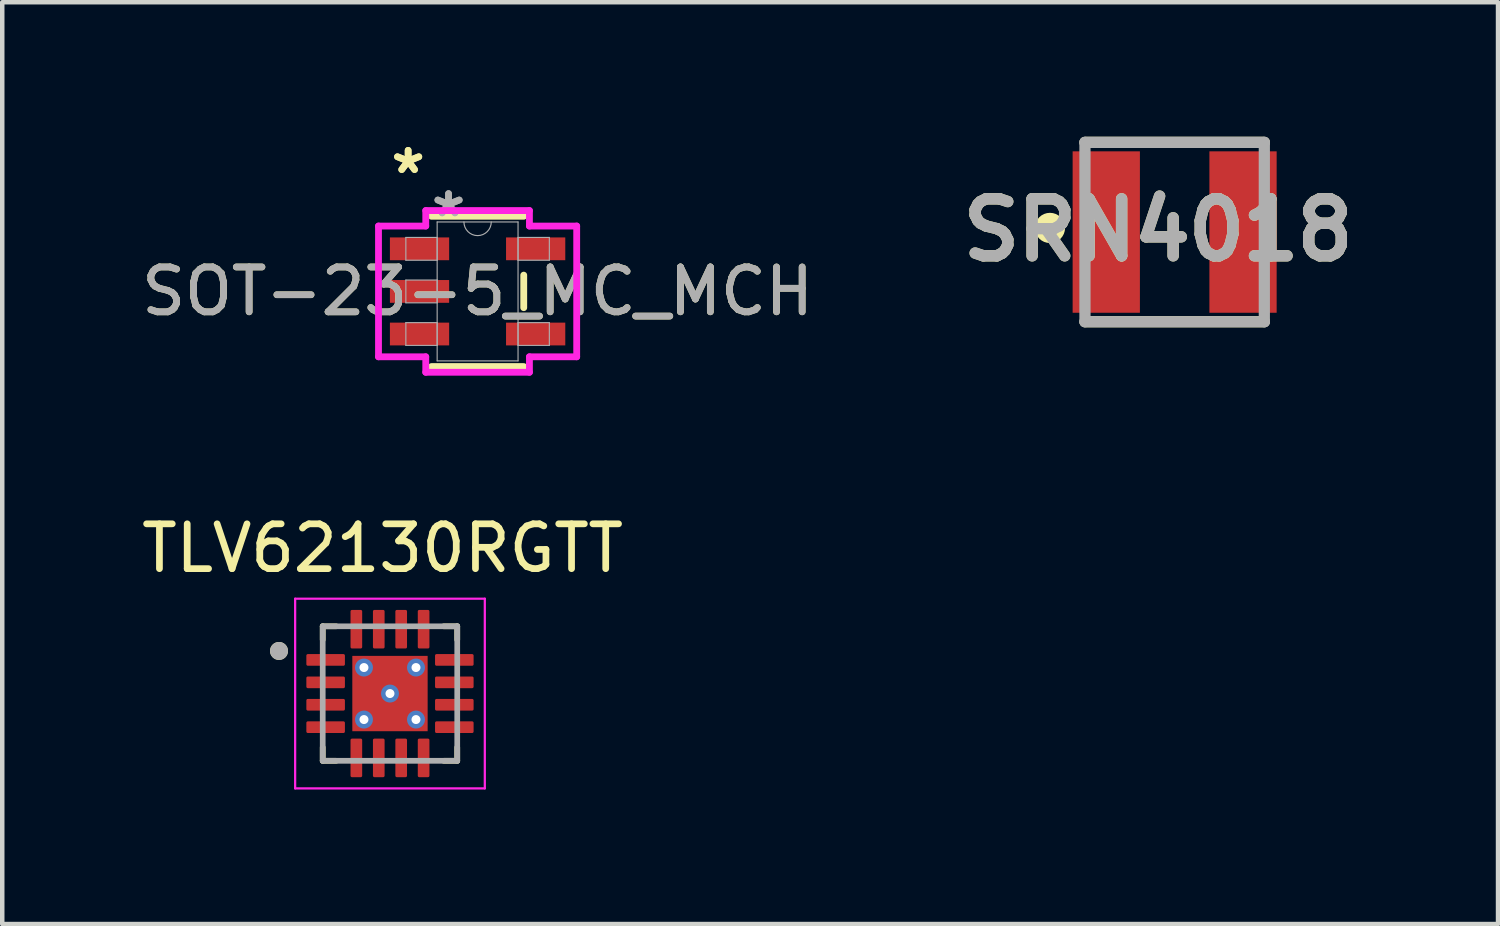
<source format=kicad_pcb>
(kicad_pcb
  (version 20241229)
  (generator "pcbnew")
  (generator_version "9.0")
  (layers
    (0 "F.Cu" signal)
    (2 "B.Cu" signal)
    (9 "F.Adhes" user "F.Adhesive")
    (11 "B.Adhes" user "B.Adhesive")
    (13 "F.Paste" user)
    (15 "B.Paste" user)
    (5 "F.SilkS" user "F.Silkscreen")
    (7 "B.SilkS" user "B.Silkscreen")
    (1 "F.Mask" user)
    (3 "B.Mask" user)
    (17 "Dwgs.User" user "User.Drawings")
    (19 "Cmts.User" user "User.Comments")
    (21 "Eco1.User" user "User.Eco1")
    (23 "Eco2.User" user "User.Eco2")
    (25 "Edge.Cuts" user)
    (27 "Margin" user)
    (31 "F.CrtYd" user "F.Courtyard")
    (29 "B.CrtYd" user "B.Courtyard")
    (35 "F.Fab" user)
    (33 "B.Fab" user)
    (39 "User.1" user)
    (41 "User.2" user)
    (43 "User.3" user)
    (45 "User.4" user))
  (footprint "TLV62130RGTT"
    (layer "F.Cu")
    (at 5.647 12.417)
    (property "Reference" "TLV62130RGTT" (at -0.165 -3.24 0) (layer "F.SilkS") (effects (font (size 1 1) (thickness 0.15))))
    (attr smd)
    (fp_line (start -1.5 -1.5) (end -1.5 -1.2) (stroke (width 0.127) (type solid)) (layer "F.SilkS"))
    (fp_line (start -1.5 -1.5) (end -1.2 -1.5) (stroke (width 0.127) (type solid)) (layer "F.SilkS"))
    (fp_line (start -1.5 1.5) (end -1.5 1.2) (stroke (width 0.127) (type solid)) (layer "F.SilkS"))
    (fp_line (start -1.5 1.5) (end -1.2 1.5) (stroke (width 0.127) (type solid)) (layer "F.SilkS"))
    (fp_line (start 1.5 -1.5) (end 1.2 -1.5) (stroke (width 0.127) (type solid)) (layer "F.SilkS"))
    (fp_line (start 1.5 -1.5) (end 1.5 -1.2) (stroke (width 0.127) (type solid)) (layer "F.SilkS"))
    (fp_line (start 1.5 1.5) (end 1.2 1.5) (stroke (width 0.127) (type solid)) (layer "F.SilkS"))
    (fp_line (start 1.5 1.5) (end 1.5 1.2) (stroke (width 0.127) (type solid)) (layer "F.SilkS"))
    (fp_circle (center -2.475 -0.95) (end -2.375 -0.95) (stroke (width 0.2) (type solid)) (fill no) (layer "F.SilkS"))
    (fp_poly (pts (xy -0.53 -0.53) (xy 0.53 -0.53) (xy 0.53 0.53) (xy -0.53 0.53)) (stroke (width 0.01) (type solid)) (fill yes) (layer "F.Paste"))
    (fp_line (start -2.115 -2.115) (end 2.115 -2.115) (stroke (width 0.05) (type solid)) (layer "F.CrtYd"))
    (fp_line (start -2.115 2.115) (end -2.115 -2.115) (stroke (width 0.05) (type solid)) (layer "F.CrtYd"))
    (fp_line (start -2.115 2.115) (end 2.115 2.115) (stroke (width 0.05) (type solid)) (layer "F.CrtYd"))
    (fp_line (start 2.115 2.115) (end 2.115 -2.115) (stroke (width 0.05) (type solid)) (layer "F.CrtYd"))
    (fp_line (start -1.5 1.5) (end -1.5 -1.5) (stroke (width 0.127) (type solid)) (layer "F.Fab"))
    (fp_line (start 1.5 -1.5) (end -1.5 -1.5) (stroke (width 0.127) (type solid)) (layer "F.Fab"))
    (fp_line (start 1.5 1.5) (end -1.5 1.5) (stroke (width 0.127) (type solid)) (layer "F.Fab"))
    (fp_line (start 1.5 1.5) (end 1.5 -1.5) (stroke (width 0.127) (type solid)) (layer "F.Fab"))
    (fp_circle (center -2.475 -0.95) (end -2.375 -0.95) (stroke (width 0.2) (type solid)) (fill no) (layer "F.Fab"))
    (pad "1" smd roundrect (at -1.435 -0.75) (size 0.86 0.26) (layers "F.Cu" "F.Mask" "F.Paste") (roundrect_rratio 0.125))
    (pad "2" smd roundrect (at -1.435 -0.25) (size 0.86 0.26) (layers "F.Cu" "F.Mask" "F.Paste") (roundrect_rratio 0.125))
    (pad "3" smd roundrect (at -1.435 0.25) (size 0.86 0.26) (layers "F.Cu" "F.Mask" "F.Paste") (roundrect_rratio 0.125))
    (pad "4" smd roundrect (at -1.435 0.75) (size 0.86 0.26) (layers "F.Cu" "F.Mask" "F.Paste") (roundrect_rratio 0.125))
    (pad "5" smd roundrect (at -0.75 1.435) (size 0.26 0.86) (layers "F.Cu" "F.Mask" "F.Paste") (roundrect_rratio 0.125))
    (pad "6" smd roundrect (at -0.25 1.435) (size 0.26 0.86) (layers "F.Cu" "F.Mask" "F.Paste") (roundrect_rratio 0.125))
    (pad "7" smd roundrect (at 0.25 1.435) (size 0.26 0.86) (layers "F.Cu" "F.Mask" "F.Paste") (roundrect_rratio 0.125))
    (pad "8" smd roundrect (at 0.75 1.435) (size 0.26 0.86) (layers "F.Cu" "F.Mask" "F.Paste") (roundrect_rratio 0.125))
    (pad "9" smd roundrect (at 1.435 0.75) (size 0.86 0.26) (layers "F.Cu" "F.Mask" "F.Paste") (roundrect_rratio 0.125))
    (pad "10" smd roundrect (at 1.435 0.25) (size 0.86 0.26) (layers "F.Cu" "F.Mask" "F.Paste") (roundrect_rratio 0.125))
    (pad "11" smd roundrect (at 1.435 -0.25) (size 0.86 0.26) (layers "F.Cu" "F.Mask" "F.Paste") (roundrect_rratio 0.125))
    (pad "12" smd roundrect (at 1.435 -0.75) (size 0.86 0.26) (layers "F.Cu" "F.Mask" "F.Paste") (roundrect_rratio 0.125))
    (pad "13" smd roundrect (at 0.75 -1.435) (size 0.26 0.86) (layers "F.Cu" "F.Mask" "F.Paste") (roundrect_rratio 0.125))
    (pad "14" smd roundrect (at 0.25 -1.435) (size 0.26 0.86) (layers "F.Cu" "F.Mask" "F.Paste") (roundrect_rratio 0.125))
    (pad "15" smd roundrect (at -0.25 -1.435) (size 0.26 0.86) (layers "F.Cu" "F.Mask" "F.Paste") (roundrect_rratio 0.125))
    (pad "16" smd roundrect (at -0.75 -1.435) (size 0.26 0.86) (layers "F.Cu" "F.Mask" "F.Paste") (roundrect_rratio 0.125))
    (pad "17" smd rect (at 0 0) (size 1.68 1.68) (layers "F.Cu" "F.Mask"))
    (pad "18" thru_hole circle (at 0 0) (size 0.4 0.4) (drill 0.2) (layers "*.Cu"))
    (pad "19" thru_hole circle (at -0.58 -0.58) (size 0.4 0.4) (drill 0.2) (layers "*.Cu"))
    (pad "20" thru_hole circle (at 0.58 -0.58) (size 0.4 0.4) (drill 0.2) (layers "*.Cu"))
    (pad "21" thru_hole circle (at -0.58 0.58) (size 0.4 0.4) (drill 0.2) (layers "*.Cu"))
    (pad "22" thru_hole circle (at 0.58 0.58) (size 0.4 0.4) (drill 0.2) (layers "*.Cu")))
  (footprint "SOT-23-5_MC_MCH"
    (layer "F.Cu")
    (at 7.601 3.449)
    (property "Reference" "SOT-23-5_MC_MCH" (at 0 0 0) (unlocked yes) (layer "F.SilkS") (effects (font (size 1 1) (thickness 0.15))))
    (attr smd)
    (fp_line (start -1.029 1.676) (end 1.029 1.676) (stroke (width 0.152) (type solid)) (layer "F.SilkS"))
    (fp_line (start 1.029 -1.676) (end -1.029 -1.676) (stroke (width 0.152) (type solid)) (layer "F.SilkS"))
    (fp_line (start 1.029 0.363) (end 1.029 -0.363) (stroke (width 0.152) (type solid)) (layer "F.SilkS"))
    (fp_line (start -2.21 -1.458) (end -1.156 -1.458) (stroke (width 0.152) (type solid)) (layer "F.CrtYd"))
    (fp_line (start -2.21 1.458) (end -2.21 -1.458) (stroke (width 0.152) (type solid)) (layer "F.CrtYd"))
    (fp_line (start -1.156 -1.803) (end 1.156 -1.803) (stroke (width 0.152) (type solid)) (layer "F.CrtYd"))
    (fp_line (start -1.156 -1.458) (end -1.156 -1.803) (stroke (width 0.152) (type solid)) (layer "F.CrtYd"))
    (fp_line (start -1.156 1.458) (end -2.21 1.458) (stroke (width 0.152) (type solid)) (layer "F.CrtYd"))
    (fp_line (start -1.156 1.803) (end -1.156 1.458) (stroke (width 0.152) (type solid)) (layer "F.CrtYd"))
    (fp_line (start 1.156 -1.803) (end 1.156 -1.458) (stroke (width 0.152) (type solid)) (layer "F.CrtYd"))
    (fp_line (start 1.156 -1.458) (end 2.21 -1.458) (stroke (width 0.152) (type solid)) (layer "F.CrtYd"))
    (fp_line (start 1.156 1.458) (end 1.156 1.803) (stroke (width 0.152) (type solid)) (layer "F.CrtYd"))
    (fp_line (start 1.156 1.803) (end -1.156 1.803) (stroke (width 0.152) (type solid)) (layer "F.CrtYd"))
    (fp_line (start 2.21 -1.458) (end 2.21 1.458) (stroke (width 0.152) (type solid)) (layer "F.CrtYd"))
    (fp_line (start 2.21 1.458) (end 1.156 1.458) (stroke (width 0.152) (type solid)) (layer "F.CrtYd"))
    (fp_line (start -1.6 -1.204) (end -1.6 -0.696) (stroke (width 0.025) (type solid)) (layer "F.Fab"))
    (fp_line (start -1.6 -0.696) (end -0.902 -0.696) (stroke (width 0.025) (type solid)) (layer "F.Fab"))
    (fp_line (start -1.6 -0.254) (end -1.6 0.254) (stroke (width 0.025) (type solid)) (layer "F.Fab"))
    (fp_line (start -1.6 0.254) (end -0.902 0.254) (stroke (width 0.025) (type solid)) (layer "F.Fab"))
    (fp_line (start -1.6 0.696) (end -1.6 1.204) (stroke (width 0.025) (type solid)) (layer "F.Fab"))
    (fp_line (start -1.6 1.204) (end -0.902 1.204) (stroke (width 0.025) (type solid)) (layer "F.Fab"))
    (fp_line (start -0.902 -1.549) (end -0.902 1.549) (stroke (width 0.025) (type solid)) (layer "F.Fab"))
    (fp_line (start -0.902 -1.204) (end -1.6 -1.204) (stroke (width 0.025) (type solid)) (layer "F.Fab"))
    (fp_line (start -0.902 -0.696) (end -0.902 -1.204) (stroke (width 0.025) (type solid)) (layer "F.Fab"))
    (fp_line (start -0.902 -0.254) (end -1.6 -0.254) (stroke (width 0.025) (type solid)) (layer "F.Fab"))
    (fp_line (start -0.902 0.254) (end -0.902 -0.254) (stroke (width 0.025) (type solid)) (layer "F.Fab"))
    (fp_line (start -0.902 0.696) (end -1.6 0.696) (stroke (width 0.025) (type solid)) (layer "F.Fab"))
    (fp_line (start -0.902 1.204) (end -0.902 0.696) (stroke (width 0.025) (type solid)) (layer "F.Fab"))
    (fp_line (start -0.902 1.549) (end 0.902 1.549) (stroke (width 0.025) (type solid)) (layer "F.Fab"))
    (fp_line (start 0.902 -1.549) (end -0.902 -1.549) (stroke (width 0.025) (type solid)) (layer "F.Fab"))
    (fp_line (start 0.902 -1.204) (end 0.902 -0.696) (stroke (width 0.025) (type solid)) (layer "F.Fab"))
    (fp_line (start 0.902 -0.696) (end 1.6 -0.696) (stroke (width 0.025) (type solid)) (layer "F.Fab"))
    (fp_line (start 0.902 0.696) (end 0.902 1.204) (stroke (width 0.025) (type solid)) (layer "F.Fab"))
    (fp_line (start 0.902 1.204) (end 1.6 1.204) (stroke (width 0.025) (type solid)) (layer "F.Fab"))
    (fp_line (start 0.902 1.549) (end 0.902 -1.549) (stroke (width 0.025) (type solid)) (layer "F.Fab"))
    (fp_line (start 1.6 -1.204) (end 0.902 -1.204) (stroke (width 0.025) (type solid)) (layer "F.Fab"))
    (fp_line (start 1.6 -0.696) (end 1.6 -1.204) (stroke (width 0.025) (type solid)) (layer "F.Fab"))
    (fp_line (start 1.6 0.696) (end 0.902 0.696) (stroke (width 0.025) (type solid)) (layer "F.Fab"))
    (fp_line (start 1.6 1.204) (end 1.6 0.696) (stroke (width 0.025) (type solid)) (layer "F.Fab"))
    (fp_arc (start 0.3048 -1.5494) (mid 0 -1.2446) (end -0.3048 -1.5494) (stroke (width 0.0254) (type solid)) (layer "F.Fab"))
    (fp_text user "*" (at -1.549 -2.601 0) (layer "F.SilkS") (effects (font (size 1 1) (thickness 0.15))))
    (fp_text user "*" (at -1.549 -2.601 0) (unlocked yes) (layer "F.SilkS") (effects (font (size 1 1) (thickness 0.15))))
    (fp_text user "*" (at -0.648 -1.636 0) (unlocked yes) (layer "F.Fab") (effects (font (size 1 1) (thickness 0.15))))
    (fp_text user "*" (at -0.648 -1.636 0) (layer "F.Fab") (effects (font (size 1 1) (thickness 0.15))))
    (fp_text user "${REFERENCE}" (at 0 0 0) (unlocked yes) (layer "F.Fab") (effects (font (size 1 1) (thickness 0.15))))
    (pad "1" smd rect (at -1.295 -0.95) (size 1.321 0.508) (layers "F.Cu" "F.Mask" "F.Paste"))
    (pad "2" smd rect (at -1.295 0) (size 1.321 0.508) (layers "F.Cu" "F.Mask" "F.Paste"))
    (pad "3" smd rect (at -1.295 0.95) (size 1.321 0.508) (layers "F.Cu" "F.Mask" "F.Paste"))
    (pad "4" smd rect (at 1.295 0.95) (size 1.321 0.508) (layers "F.Cu" "F.Mask" "F.Paste"))
    (pad "5" smd rect (at 1.295 -0.95) (size 1.321 0.508) (layers "F.Cu" "F.Mask" "F.Paste")))
  (footprint "SRN4018"
    (layer "F.Cu")
    (at 23.146 2.125)
    (property "Reference" "SRN4018" (at -0.366 -0.045 0) (layer "F.SilkS") (effects (font (size 1.27 1.27) (thickness 0.254))))
    (attr smd)
    (fp_line (start -2 -2) (end 2 -2) (stroke (width 0.25) (type solid)) (layer "F.SilkS"))
    (fp_line (start 2 2) (end -2 2) (stroke (width 0.25) (type solid)) (layer "F.SilkS"))
    (fp_circle (center -2.781 -0.092) (end -2.781 -0.005) (stroke (width 0.25) (type solid)) (fill no) (layer "F.SilkS"))
    (fp_line (start -2 -2) (end 2 -2) (stroke (width 0.25) (type solid)) (layer "F.Fab"))
    (fp_line (start -2 2) (end -2 -2) (stroke (width 0.25) (type solid)) (layer "F.Fab"))
    (fp_line (start 2 -2) (end 2 2) (stroke (width 0.25) (type solid)) (layer "F.Fab"))
    (fp_line (start 2 2) (end -2 2) (stroke (width 0.25) (type solid)) (layer "F.Fab"))
    (fp_text user "${REFERENCE}" (at -0.366 -0.045 0) (layer "F.Fab") (effects (font (size 1.27 1.27) (thickness 0.254))))
    (pad "1" smd rect (at -1.525 0) (size 1.5 3.6) (layers "F.Cu" "F.Mask" "F.Paste"))
    (pad "2" smd rect (at 1.525 0) (size 1.5 3.6) (layers "F.Cu" "F.Mask" "F.Paste")))
  (gr_rect
    (start -3 -3)
    (end 30.358 17.557)
    (stroke (width 0.1) (type default))
    (fill no)
    (layer "Edge.Cuts")))
</source>
